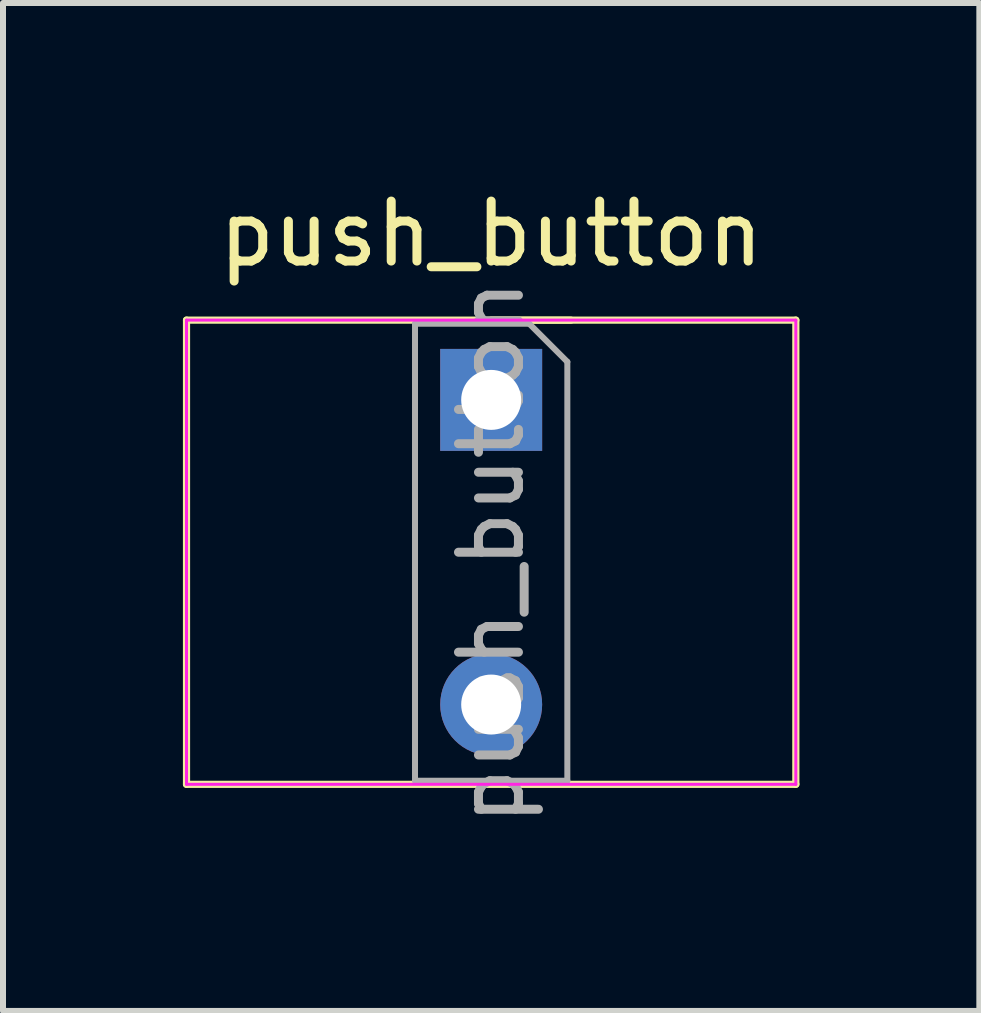
<source format=kicad_pcb>
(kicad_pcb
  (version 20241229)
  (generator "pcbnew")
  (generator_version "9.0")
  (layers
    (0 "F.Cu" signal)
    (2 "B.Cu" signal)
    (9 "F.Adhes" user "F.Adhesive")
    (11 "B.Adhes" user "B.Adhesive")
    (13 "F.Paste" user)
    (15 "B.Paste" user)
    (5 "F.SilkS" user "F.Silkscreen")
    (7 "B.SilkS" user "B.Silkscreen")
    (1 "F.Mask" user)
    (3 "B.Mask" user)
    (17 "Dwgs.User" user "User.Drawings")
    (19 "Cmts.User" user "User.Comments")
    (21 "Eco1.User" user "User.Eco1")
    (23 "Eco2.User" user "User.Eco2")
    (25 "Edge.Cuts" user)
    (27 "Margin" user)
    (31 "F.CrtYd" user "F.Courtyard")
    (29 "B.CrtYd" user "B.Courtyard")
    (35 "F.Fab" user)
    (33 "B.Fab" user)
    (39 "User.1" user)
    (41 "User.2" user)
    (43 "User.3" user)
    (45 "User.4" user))
  (footprint "push_button"
    (layer "F.Cu")
    (at 5.14 3.618)
    (property "Reference" "push_button" (at 0 -2.77 0) (layer "F.SilkS") (effects (font (size 1 1) (thickness 0.15))))
    (attr through_hole)
    (fp_line (start -5.08 -1.33) (end -5.08 6.41) (stroke (width 0.12) (type solid)) (layer "F.SilkS"))
    (fp_line (start -5.08 -1.33) (end 5.08 -1.33) (stroke (width 0.12) (type solid)) (layer "F.SilkS"))
    (fp_line (start -5.08 6.41) (end 5.08 6.41) (stroke (width 0.12) (type solid)) (layer "F.SilkS"))
    (fp_line (start 0 -1.33) (end 1.33 -1.33) (stroke (width 0.12) (type solid)) (layer "F.SilkS"))
    (fp_line (start 5.08 -1.33) (end 5.08 6.41) (stroke (width 0.12) (type solid)) (layer "F.SilkS"))
    (fp_line (start -5.08 -1.33) (end 5.08 -1.33) (stroke (width 0.05) (type default)) (layer "F.CrtYd"))
    (fp_line (start -5.08 6.41) (end -5.08 -1.33) (stroke (width 0.05) (type default)) (layer "F.CrtYd"))
    (fp_line (start 5.08 -1.33) (end 5.08 6.41) (stroke (width 0.05) (type default)) (layer "F.CrtYd"))
    (fp_line (start 5.08 6.41) (end -5.08 6.41) (stroke (width 0.05) (type default)) (layer "F.CrtYd"))
    (fp_line (start -1.27 -1.27) (end 0.635 -1.27) (stroke (width 0.1) (type solid)) (layer "F.Fab"))
    (fp_line (start -1.27 6.35) (end -1.27 -1.27) (stroke (width 0.1) (type solid)) (layer "F.Fab"))
    (fp_line (start 0.635 -1.27) (end 1.27 -0.635) (stroke (width 0.1) (type solid)) (layer "F.Fab"))
    (fp_line (start 1.27 -0.635) (end 1.27 6.35) (stroke (width 0.1) (type solid)) (layer "F.Fab"))
    (fp_line (start 1.27 6.35) (end -1.27 6.35) (stroke (width 0.1) (type solid)) (layer "F.Fab"))
    (fp_text user "${REFERENCE}" (at 0 2.54 90) (layer "F.Fab") (effects (font (size 1 1) (thickness 0.15))))
    (pad "1" thru_hole rect (at 0 0) (size 1.7 1.7) (drill 1) (layers "*.Cu" "*.Mask"))
    (pad "2" thru_hole oval (at 0 5.08) (size 1.7 1.7) (drill 1) (layers "*.Cu" "*.Mask")))
  (gr_rect
    (start -3 -3)
    (end 13.28 13.807)
    (stroke (width 0.1) (type default))
    (fill no)
    (layer "Edge.Cuts")))
</source>
